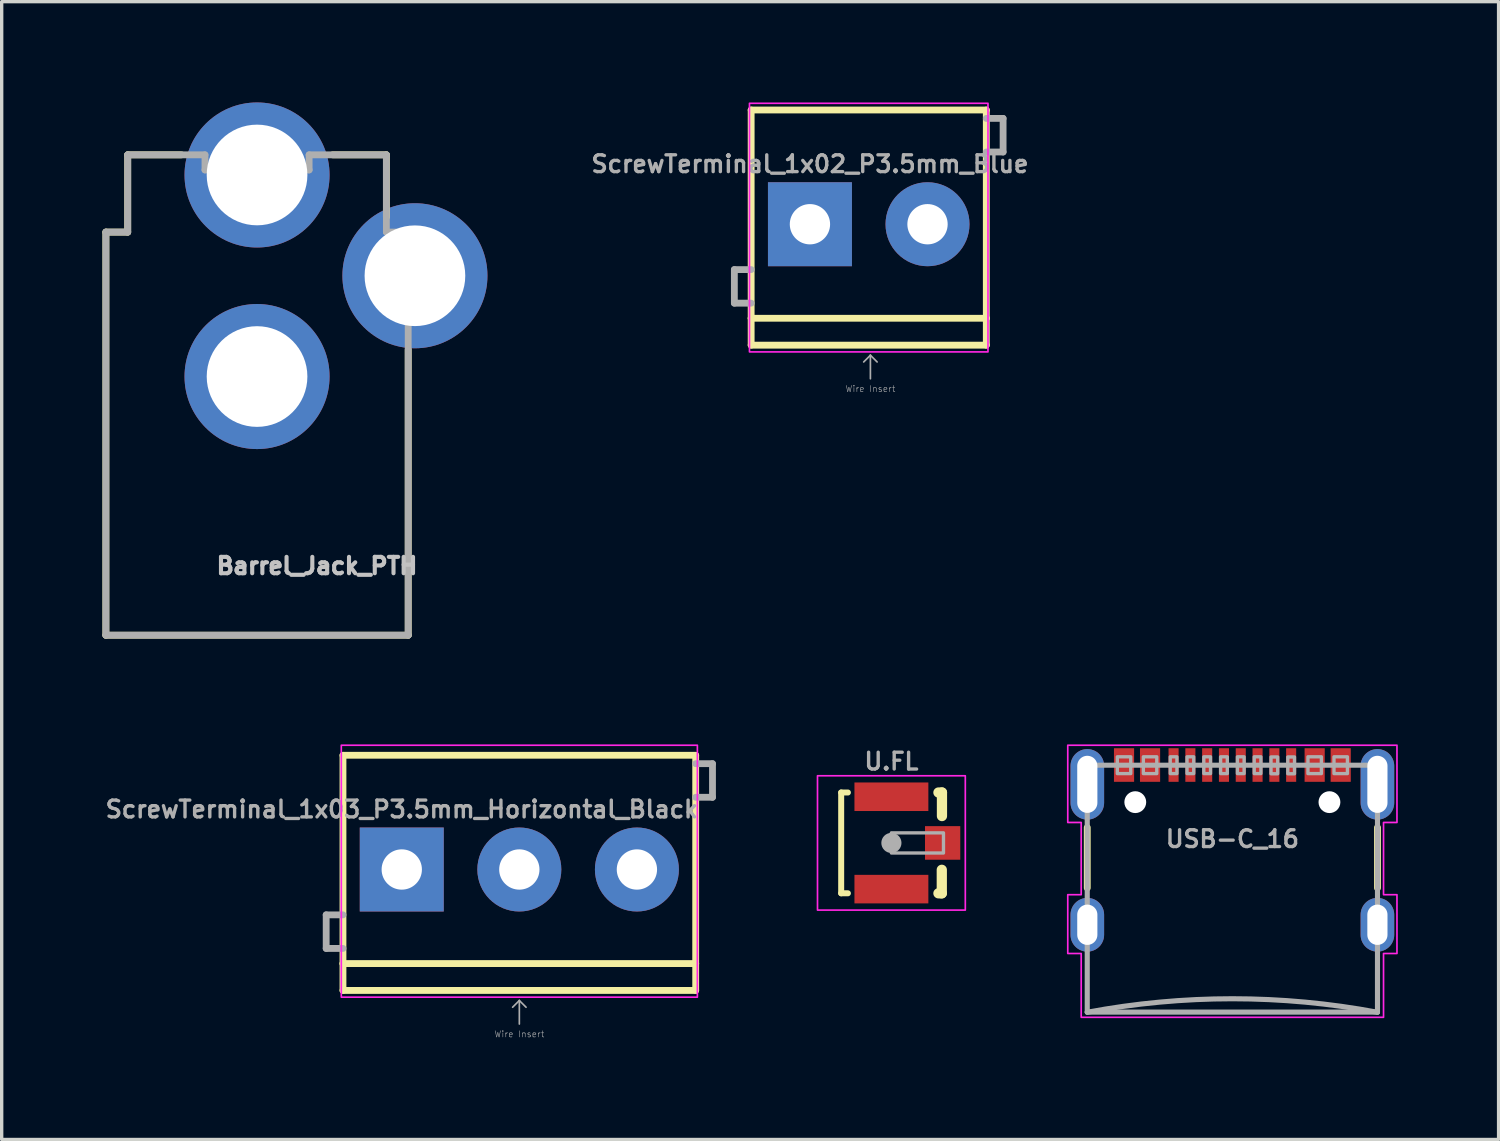
<source format=kicad_pcb>
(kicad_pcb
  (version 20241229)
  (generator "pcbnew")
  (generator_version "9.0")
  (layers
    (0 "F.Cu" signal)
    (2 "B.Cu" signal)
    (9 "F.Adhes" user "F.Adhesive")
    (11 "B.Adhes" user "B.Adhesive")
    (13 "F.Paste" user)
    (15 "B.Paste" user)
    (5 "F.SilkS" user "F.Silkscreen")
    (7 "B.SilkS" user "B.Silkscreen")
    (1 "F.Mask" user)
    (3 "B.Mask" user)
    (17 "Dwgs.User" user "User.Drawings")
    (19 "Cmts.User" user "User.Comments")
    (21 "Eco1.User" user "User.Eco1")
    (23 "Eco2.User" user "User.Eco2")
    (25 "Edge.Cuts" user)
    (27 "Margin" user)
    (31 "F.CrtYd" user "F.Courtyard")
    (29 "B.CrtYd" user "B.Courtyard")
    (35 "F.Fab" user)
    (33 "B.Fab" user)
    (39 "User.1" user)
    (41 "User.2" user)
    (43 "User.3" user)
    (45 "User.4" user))
  (footprint "USB-C_16"
    (layer "F.Cu")
    (at 33.636 19.384)
    (property "Reference" "USB-C_16" (at 0 2.54 0) (layer "F.Fab") (effects (font (size 0.5 0.5) (thickness 0.1) (bold yes))))
    (attr through_hole)
    (fp_line (start -4.32 2.2) (end -4.32 4) (stroke (width 0.203) (type solid)) (layer "F.SilkS"))
    (fp_line (start 4.32 2.2) (end 4.32 4) (stroke (width 0.203) (type solid)) (layer "F.SilkS"))
    (fp_poly (pts (xy -3.425 0.84) (xy -3.025 0.84) (xy -3.025 -0.16) (xy -3.425 -0.16)) (stroke (width 0) (type default)) (fill yes) (layer "F.Paste"))
    (fp_poly (pts (xy -2.65 0.84) (xy -2.25 0.84) (xy -2.25 -0.16) (xy -2.65 -0.16)) (stroke (width 0) (type default)) (fill yes) (layer "F.Paste"))
    (fp_poly (pts (xy 2.25 0.84) (xy 2.65 0.84) (xy 2.65 -0.16) (xy 2.25 -0.16)) (stroke (width 0) (type default)) (fill yes) (layer "F.Paste"))
    (fp_poly (pts (xy 3.025 0.84) (xy 3.425 0.84) (xy 3.425 -0.16) (xy 3.025 -0.16)) (stroke (width 0) (type default)) (fill yes) (layer "F.Paste"))
    (fp_poly (pts (xy -4.9 -0.25) (xy 4.9 -0.25) (xy 4.9 2.05) (xy 4.5 2.05) (xy 4.5 4.2) (xy 4.9 4.2) (xy 4.9 5.95) (xy 4.5 5.95) (xy 4.5 7.85) (xy -4.5 7.85) (xy -4.5 5.95) (xy -4.9 5.95) (xy -4.9 4.2) (xy -4.5 4.2) (xy -4.5 2.05) (xy -4.9 2.05)) (stroke (width 0.05) (type solid)) (fill no) (layer "F.CrtYd"))
    (fp_line (start -4.32 0.345) (end -4.32 1.965) (stroke (width 0.01) (type solid)) (layer "F.Fab"))
    (fp_line (start -4.32 0.345) (end 4.32 0.345) (stroke (width 0.152) (type solid)) (layer "F.Fab"))
    (fp_line (start -4.32 4.295) (end -4.32 5.895) (stroke (width 0.01) (type solid)) (layer "F.Fab"))
    (fp_line (start -4.32 7.695) (end -4.32 0.345) (stroke (width 0.152) (type solid)) (layer "F.Fab"))
    (fp_line (start -4.32 7.695) (end 4.32 7.695) (stroke (width 0.152) (type solid)) (layer "F.Fab"))
    (fp_line (start 4.32 0.345) (end 4.32 1.965) (stroke (width 0.01) (type solid)) (layer "F.Fab"))
    (fp_line (start 4.32 0.345) (end 4.32 7.695) (stroke (width 0.152) (type solid)) (layer "F.Fab"))
    (fp_line (start 4.32 4.295) (end 4.32 5.895) (stroke (width 0.01) (type solid)) (layer "F.Fab"))
    (fp_arc (start -4.32 7.7) (mid 0 7.297675) (end 4.32 7.7) (stroke (width 0.1524) (type solid)) (layer "F.Fab"))
    (fp_poly (pts (xy -3.425 0.595) (xy -3.025 0.595) (xy -3.025 0.095) (xy -3.425 0.095)) (stroke (width 0.1) (type default)) (fill no) (layer "F.Fab"))
    (fp_poly (pts (xy -2.65 0.595) (xy -2.25 0.595) (xy -2.25 0.095) (xy -2.65 0.095)) (stroke (width 0.1) (type default)) (fill no) (layer "F.Fab"))
    (fp_poly (pts (xy -1.85 0.595) (xy -1.65 0.595) (xy -1.65 0.095) (xy -1.85 0.095)) (stroke (width 0.1) (type default)) (fill no) (layer "F.Fab"))
    (fp_poly (pts (xy -1.35 0.595) (xy -1.15 0.595) (xy -1.15 0.095) (xy -1.35 0.095)) (stroke (width 0.1) (type default)) (fill no) (layer "F.Fab"))
    (fp_poly (pts (xy -0.85 0.595) (xy -0.65 0.595) (xy -0.65 0.095) (xy -0.85 0.095)) (stroke (width 0.1) (type default)) (fill no) (layer "F.Fab"))
    (fp_poly (pts (xy -0.35 0.595) (xy -0.15 0.595) (xy -0.15 0.095) (xy -0.35 0.095)) (stroke (width 0.1) (type default)) (fill no) (layer "F.Fab"))
    (fp_poly (pts (xy 0.15 0.595) (xy 0.35 0.595) (xy 0.35 0.095) (xy 0.15 0.095)) (stroke (width 0.1) (type default)) (fill no) (layer "F.Fab"))
    (fp_poly (pts (xy 0.65 0.595) (xy 0.85 0.595) (xy 0.85 0.095) (xy 0.65 0.095)) (stroke (width 0.1) (type default)) (fill no) (layer "F.Fab"))
    (fp_poly (pts (xy 1.15 0.6) (xy 1.35 0.6) (xy 1.35 0.1) (xy 1.15 0.1)) (stroke (width 0.1) (type default)) (fill no) (layer "F.Fab"))
    (fp_poly (pts (xy 1.65 0.6) (xy 1.85 0.6) (xy 1.85 0.1) (xy 1.65 0.1)) (stroke (width 0.1) (type default)) (fill no) (layer "F.Fab"))
    (fp_poly (pts (xy 2.25 0.595) (xy 2.65 0.595) (xy 2.65 0.095) (xy 2.25 0.095)) (stroke (width 0.1) (type default)) (fill no) (layer "F.Fab"))
    (fp_poly (pts (xy 3.025 0.595) (xy 3.425 0.595) (xy 3.425 0.095) (xy 3.025 0.095)) (stroke (width 0.1) (type default)) (fill no) (layer "F.Fab"))
    (pad "" np_thru_hole circle (at -2.89 1.445) (size 0.65 0.65) (drill 0.65) (layers "*.Cu" "*.Mask"))
    (pad "" np_thru_hole circle (at 2.89 1.445) (size 0.65 0.65) (drill 0.65) (layers "*.Cu" "*.Mask"))
    (pad "A5" smd rect (at -1.25 0.34 180) (size 0.3 1) (layers "F.Cu" "F.Mask" "F.Paste"))
    (pad "A6" smd rect (at -0.25 0.34 180) (size 0.3 1) (layers "F.Cu" "F.Mask" "F.Paste"))
    (pad "A7" smd rect (at 0.25 0.34) (size 0.3 1) (layers "F.Cu" "F.Mask" "F.Paste"))
    (pad "A8" smd rect (at 1.25 0.34) (size 0.3 1) (layers "F.Cu" "F.Mask" "F.Paste"))
    (pad "B5" smd rect (at 1.75 0.34) (size 0.3 1) (layers "F.Cu" "F.Mask" "F.Paste"))
    (pad "B6" smd rect (at 0.75 0.34) (size 0.3 1) (layers "F.Cu" "F.Mask" "F.Paste"))
    (pad "B7" smd rect (at -0.75 0.34 180) (size 0.3 1) (layers "F.Cu" "F.Mask" "F.Paste"))
    (pad "B8" smd rect (at -1.75 0.34 180) (size 0.3 1) (layers "F.Cu" "F.Mask" "F.Paste"))
    (pad "GND" smd rect (at -3.225 0.34 180) (size 0.6 1) (layers "F.Cu" "F.Mask"))
    (pad "GND" smd rect (at 3.225 0.34) (size 0.6 1) (layers "F.Cu" "F.Mask"))
    (pad "NC1" thru_hole oval (at -4.318 5.095) (size 1 1.6) (drill oval 0.6 1.2) (layers "*.Cu" "*.Mask" "F.Paste"))
    (pad "NC2" thru_hole oval (at -4.318 0.915) (size 1 2.1) (drill oval 0.6 1.7) (layers "*.Cu" "*.Mask" "F.Paste"))
    (pad "NC3" thru_hole oval (at 4.318 0.915) (size 1 2.1) (drill oval 0.6 1.7) (layers "*.Cu" "*.Mask" "F.Paste"))
    (pad "S" thru_hole oval (at 4.318 5.095) (size 1 1.6) (drill oval 0.6 1.2) (layers "*.Cu" "*.Mask" "F.Paste"))
    (pad "VBUS" smd rect (at -2.45 0.34 180) (size 0.6 1) (layers "F.Cu" "F.Mask"))
    (pad "VBUS" smd rect (at 2.45 0.34) (size 0.6 1) (layers "F.Cu" "F.Mask")))
  (footprint "ScrewTerminal_1x02_P3.5mm_Blue"
    (layer "F.Cu")
    (at 21.061 3.625)
    (property "Reference" "ScrewTerminal_1x02_P3.5mm_Blue" (at 0 -1.5 0) (layer "F.Fab") (effects (font (size 0.5 0.5) (thickness 0.1)) (justify bottom)))
    (attr through_hole)
    (fp_line (start -1.75 -3.4) (end 5.25 -3.4) (stroke (width 0.203) (type solid)) (layer "F.SilkS"))
    (fp_line (start -1.75 2.8) (end -1.75 -3.4) (stroke (width 0.203) (type solid)) (layer "F.SilkS"))
    (fp_line (start -1.75 3.6) (end -1.75 2.8) (stroke (width 0.203) (type solid)) (layer "F.SilkS"))
    (fp_line (start 5.25 -3.4) (end 5.25 2.8) (stroke (width 0.203) (type solid)) (layer "F.SilkS"))
    (fp_line (start 5.25 2.8) (end -1.75 2.8) (stroke (width 0.203) (type solid)) (layer "F.SilkS"))
    (fp_line (start 5.25 2.8) (end 5.25 3.6) (stroke (width 0.203) (type solid)) (layer "F.SilkS"))
    (fp_line (start 5.25 3.6) (end -1.75 3.6) (stroke (width 0.203) (type solid)) (layer "F.SilkS"))
    (fp_rect (start -1.8 -3.6) (end 5.3 3.8) (stroke (width 0.05) (type default)) (fill no) (layer "F.CrtYd"))
    (fp_line (start -2.25 1.35) (end -2.25 2.35) (stroke (width 0.203) (type solid)) (layer "F.Fab"))
    (fp_line (start -2.25 2.35) (end -1.75 2.35) (stroke (width 0.203) (type solid)) (layer "F.Fab"))
    (fp_line (start -1.75 1.35) (end -2.25 1.35) (stroke (width 0.203) (type solid)) (layer "F.Fab"))
    (fp_line (start 1.8 3.9) (end 1.6 4.1) (stroke (width 0.05) (type solid)) (layer "F.Fab"))
    (fp_line (start 1.8 3.9) (end 2 4.1) (stroke (width 0.05) (type solid)) (layer "F.Fab"))
    (fp_line (start 1.8 4.6) (end 1.8 3.9) (stroke (width 0.05) (type solid)) (layer "F.Fab"))
    (fp_line (start 5.25 -3.15) (end 5.75 -3.15) (stroke (width 0.203) (type solid)) (layer "F.Fab"))
    (fp_line (start 5.75 -3.15) (end 5.75 -2.15) (stroke (width 0.203) (type solid)) (layer "F.Fab"))
    (fp_line (start 5.75 -2.15) (end 5.25 -2.15) (stroke (width 0.203) (type solid)) (layer "F.Fab"))
    (fp_text user "Wire Insert" (at 1.8 4.9 180) (layer "F.Fab") (effects (font (size 0.184 0.184) (thickness 0.016))))
    (pad "1" thru_hole rect (at 0 0) (size 2.5 2.5) (drill 1.2) (layers "*.Cu" "*.Mask"))
    (pad "2" thru_hole circle (at 3.5 0) (size 2.5 2.5) (drill 1.2) (layers "*.Cu" "*.Mask")))
  (footprint "ScrewTerminal_1x03_P3.5mm_Horizontal_Black"
    (layer "F.Cu")
    (at 8.91 22.834)
    (property "Reference" "ScrewTerminal_1x03_P3.5mm_Horizontal_Black" (at 0 -1.5 0) (layer "F.Fab") (effects (font (size 0.5 0.5) (thickness 0.1)) (justify bottom)))
    (attr through_hole)
    (fp_line (start -1.75 -3.4) (end 8.75 -3.4) (stroke (width 0.203) (type solid)) (layer "F.SilkS"))
    (fp_line (start -1.75 2.8) (end -1.75 -3.4) (stroke (width 0.203) (type solid)) (layer "F.SilkS"))
    (fp_line (start -1.75 3.6) (end -1.75 2.8) (stroke (width 0.203) (type solid)) (layer "F.SilkS"))
    (fp_line (start 8.75 -3.4) (end 8.75 2.8) (stroke (width 0.203) (type solid)) (layer "F.SilkS"))
    (fp_line (start 8.75 2.8) (end -1.75 2.8) (stroke (width 0.203) (type solid)) (layer "F.SilkS"))
    (fp_line (start 8.75 2.8) (end 8.75 3.6) (stroke (width 0.203) (type solid)) (layer "F.SilkS"))
    (fp_line (start 8.75 3.6) (end -1.75 3.6) (stroke (width 0.203) (type solid)) (layer "F.SilkS"))
    (fp_rect (start -1.8 -3.7) (end 8.8 3.8) (stroke (width 0.05) (type default)) (fill no) (layer "F.CrtYd"))
    (fp_line (start -2.25 1.35) (end -2.25 2.35) (stroke (width 0.203) (type solid)) (layer "F.Fab"))
    (fp_line (start -2.25 2.35) (end -1.75 2.35) (stroke (width 0.203) (type solid)) (layer "F.Fab"))
    (fp_line (start -1.75 1.35) (end -2.25 1.35) (stroke (width 0.203) (type solid)) (layer "F.Fab"))
    (fp_line (start 3.5 3.9) (end 3.3 4.1) (stroke (width 0.05) (type solid)) (layer "F.Fab"))
    (fp_line (start 3.5 3.9) (end 3.7 4.1) (stroke (width 0.05) (type solid)) (layer "F.Fab"))
    (fp_line (start 3.5 4.6) (end 3.5 3.9) (stroke (width 0.05) (type solid)) (layer "F.Fab"))
    (fp_line (start 8.75 -3.15) (end 9.25 -3.15) (stroke (width 0.203) (type solid)) (layer "F.Fab"))
    (fp_line (start 9.25 -3.15) (end 9.25 -2.15) (stroke (width 0.203) (type solid)) (layer "F.Fab"))
    (fp_line (start 9.25 -2.15) (end 8.75 -2.15) (stroke (width 0.203) (type solid)) (layer "F.Fab"))
    (fp_text user "Wire Insert" (at 3.5 4.9 180) (layer "F.Fab") (effects (font (size 0.184 0.184) (thickness 0.016))))
    (pad "1" thru_hole rect (at 0 0) (size 2.5 2.5) (drill 1.2) (layers "*.Cu" "*.Mask"))
    (pad "2" thru_hole circle (at 3.5 0) (size 2.5 2.5) (drill 1.2) (layers "*.Cu" "*.Mask"))
    (pad "3" thru_hole circle (at 7 0) (size 2.5 2.5) (drill 1.2) (layers "*.Cu" "*.Mask")))
  (footprint "U.FL"
    (layer "F.Cu")
    (at 23.486 22.043)
    (property "Reference" "U.FL" (at 0 -2.134 0) (layer "F.Fab") (effects (font (size 0.5 0.5) (thickness 0.1) (bold yes)) (justify bottom)))
    (attr smd)
    (fp_line (start -1.495 -1.501) (end -1.295 -1.501) (stroke (width 0.178) (type solid)) (layer "F.SilkS"))
    (fp_line (start -1.495 1.499) (end -1.495 -1.501) (stroke (width 0.178) (type solid)) (layer "F.SilkS"))
    (fp_line (start -1.295 1.499) (end -1.495 1.499) (stroke (width 0.178) (type solid)) (layer "F.SilkS"))
    (fp_line (start 1.4 -1.501) (end 1.505 -1.501) (stroke (width 0.305) (type solid)) (layer "F.SilkS"))
    (fp_line (start 1.4 1.5) (end 1.5 1.5) (stroke (width 0.305) (type solid)) (layer "F.SilkS"))
    (fp_line (start 1.5 1.5) (end 1.5 0.8) (stroke (width 0.305) (type solid)) (layer "F.SilkS"))
    (fp_line (start 1.505 -1.501) (end 1.505 -0.8) (stroke (width 0.305) (type solid)) (layer "F.SilkS"))
    (fp_rect (start 2.2 -2) (end -2.2 2) (stroke (width 0.05) (type default)) (fill no) (layer "F.CrtYd"))
    (fp_circle (center 0 0) (end 0.15 0) (stroke (width 0.3) (type solid)) (fill no) (layer "F.Fab"))
    (fp_poly (pts (xy 0 0.3) (xy 1.55 0.3) (xy 1.55 -0.3) (xy 0 -0.3)) (stroke (width 0.1) (type default)) (fill no) (layer "F.Fab"))
    (pad "1" smd rect (at 1.525 0) (size 1.05 1) (layers "F.Cu" "F.Mask" "F.Paste"))
    (pad "2" smd rect (at 0 -1.375) (size 2.2 0.85) (layers "F.Cu" "F.Mask" "F.Paste"))
    (pad "2" smd rect (at 0 1.375) (size 2.2 0.85) (layers "F.Cu" "F.Mask" "F.Paste"))
    (zone (net_name "") (layer "F.Cu") (hatch edge 0.5) (connect_pads) (min_thickness 0.25) (filled_areas_thickness no) (keepout (tracks not_allowed) (vias not_allowed) (pads not_allowed) (copperpour not_allowed) (footprints allowed)) (placement (enabled no)) (fill) (polygon (pts (xy 22.686 22.843) (xy 24.286 22.843) (xy 24.286 21.243) (xy 22.686 21.243)))))
  (footprint "Barrel_Jack_PTH"
    (layer "F.Cu")
    (at 4.602 15.859)
    (property "Reference" "Barrel_Jack_PTH" (at -1.27 -1.778 0) (layer "Dwgs.User") (effects (font (size 0.488 0.488) (thickness 0.122)) (justify left bottom)))
    (attr through_hole)
    (fp_line (start -4.5 -12) (end -4.5 0) (stroke (width 0.203) (type solid)) (layer "F.SilkS"))
    (fp_line (start -4.5 -12) (end -3.85 -12) (stroke (width 0.203) (type default)) (layer "F.SilkS"))
    (fp_line (start -3.85 -14.3) (end -2.25 -14.3) (stroke (width 0.203) (type default)) (layer "F.SilkS"))
    (fp_line (start -3.85 -12) (end -3.85 -14.3) (stroke (width 0.203) (type default)) (layer "F.SilkS"))
    (fp_line (start 3.85 -14.3) (end 2.25 -14.3) (stroke (width 0.203) (type default)) (layer "F.SilkS"))
    (fp_line (start 3.85 -14.3) (end 3.85 -12.45) (stroke (width 0.203) (type default)) (layer "F.SilkS"))
    (fp_line (start 4.5 0) (end -4.5 0) (stroke (width 0.203) (type solid)) (layer "F.SilkS"))
    (fp_line (start 4.5 0) (end 4.5 -8.5) (stroke (width 0.203) (type solid)) (layer "F.SilkS"))
    (fp_line (start -4.5 -12) (end -4.5 0) (stroke (width 0.203) (type solid)) (layer "F.Fab"))
    (fp_line (start -4.5 -12) (end -3.85 -12) (stroke (width 0.203) (type default)) (layer "F.Fab"))
    (fp_line (start -3.85 -14.3) (end -1.55 -14.3) (stroke (width 0.203) (type default)) (layer "F.Fab"))
    (fp_line (start -3.85 -12) (end -3.85 -14.3) (stroke (width 0.203) (type default)) (layer "F.Fab"))
    (fp_line (start -1.55 -14.3) (end -1.55 -13.85) (stroke (width 0.203) (type default)) (layer "F.Fab"))
    (fp_line (start 1.55 -14.3) (end 1.55 -13.85) (stroke (width 0.203) (type default)) (layer "F.Fab"))
    (fp_line (start 1.55 -13.85) (end -1.55 -13.85) (stroke (width 0.203) (type default)) (layer "F.Fab"))
    (fp_line (start 3.85 -14.3) (end 1.55 -14.3) (stroke (width 0.203) (type default)) (layer "F.Fab"))
    (fp_line (start 3.85 -14.3) (end 3.85 -12) (stroke (width 0.203) (type default)) (layer "F.Fab"))
    (fp_line (start 3.85 -12) (end 4.5 -12) (stroke (width 0.203) (type default)) (layer "F.Fab"))
    (fp_line (start 4.5 0) (end -4.5 0) (stroke (width 0.203) (type solid)) (layer "F.Fab"))
    (fp_line (start 4.5 0) (end 4.5 -12) (stroke (width 0.203) (type solid)) (layer "F.Fab"))
    (pad "1" thru_hole circle (at 0 -13.7) (size 4.318 4.318) (drill 2.997) (layers "*.Cu" "*.Mask"))
    (pad "2" thru_hole circle (at 0 -7.7) (size 4.318 4.318) (drill 2.997) (layers "*.Cu" "*.Mask"))
    (pad "3" thru_hole circle (at 4.7 -10.7 90) (size 4.318 4.318) (drill 2.997) (layers "*.Cu" "*.Mask")))
  (gr_rect
    (start -3 -3)
    (end 41.561 30.87)
    (stroke (width 0.1) (type default))
    (fill no)
    (layer "Edge.Cuts")))
</source>
